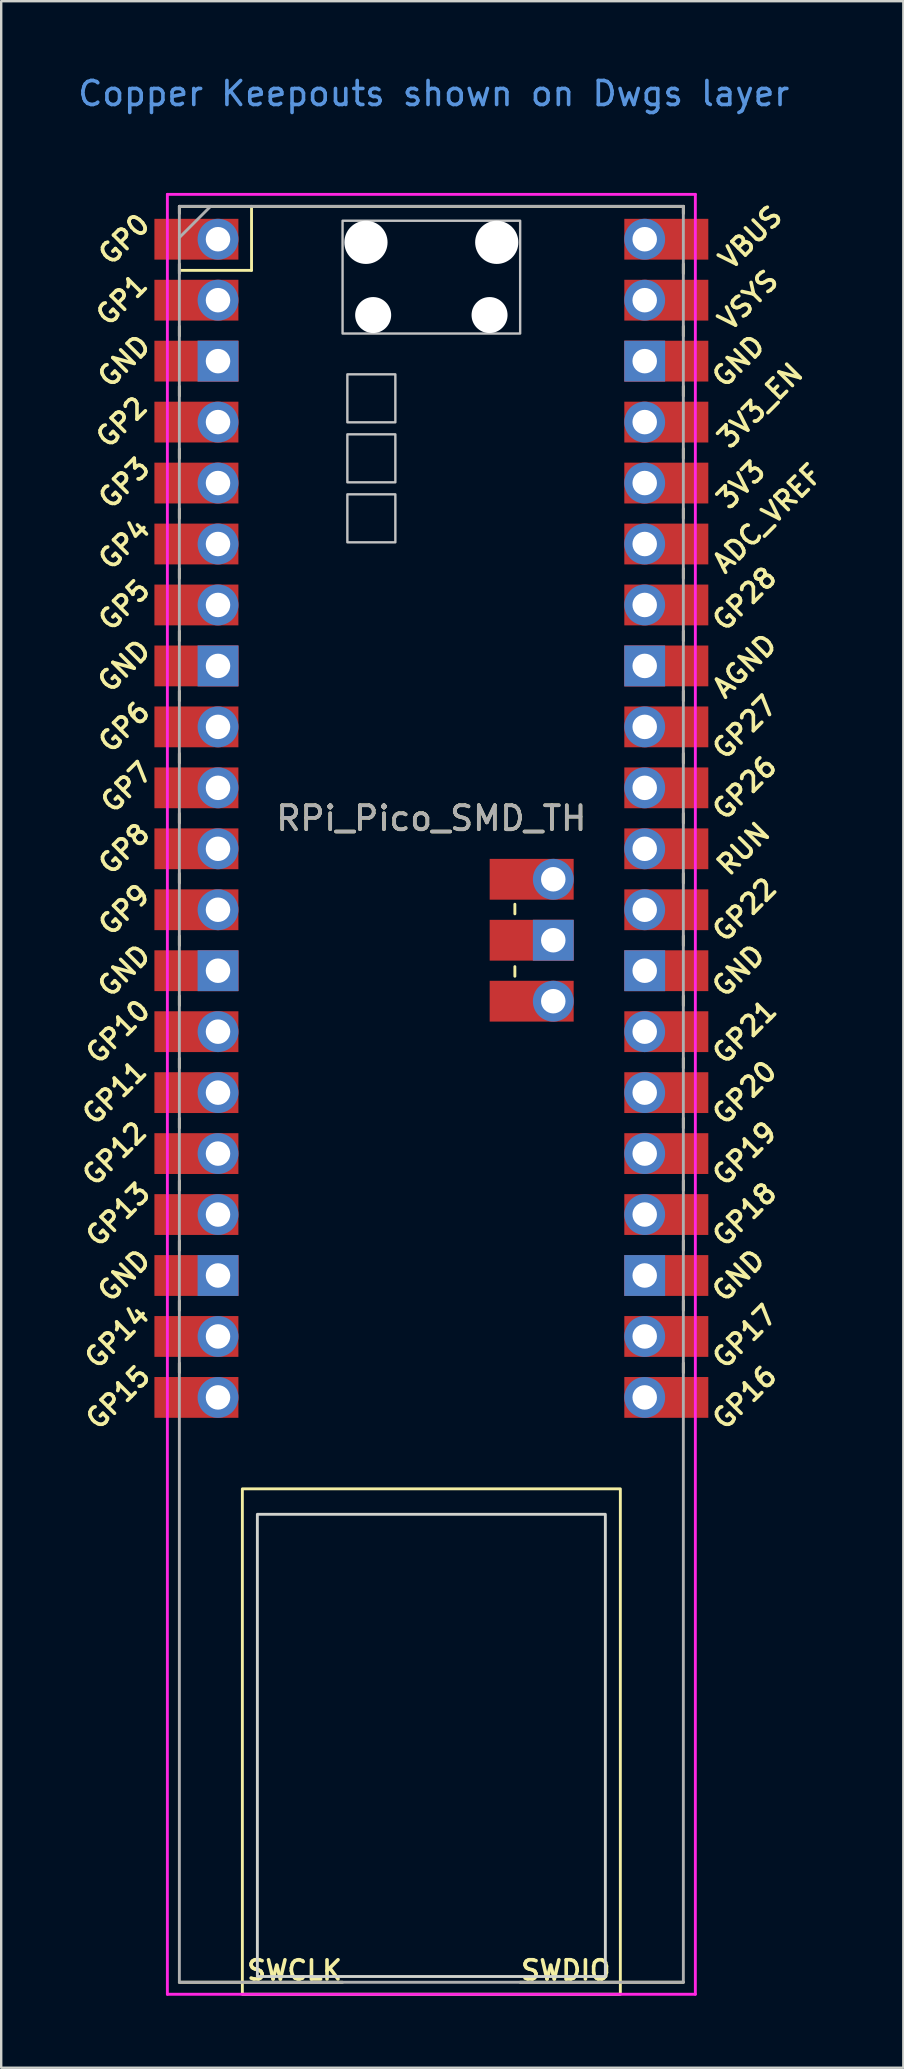
<source format=kicad_pcb>
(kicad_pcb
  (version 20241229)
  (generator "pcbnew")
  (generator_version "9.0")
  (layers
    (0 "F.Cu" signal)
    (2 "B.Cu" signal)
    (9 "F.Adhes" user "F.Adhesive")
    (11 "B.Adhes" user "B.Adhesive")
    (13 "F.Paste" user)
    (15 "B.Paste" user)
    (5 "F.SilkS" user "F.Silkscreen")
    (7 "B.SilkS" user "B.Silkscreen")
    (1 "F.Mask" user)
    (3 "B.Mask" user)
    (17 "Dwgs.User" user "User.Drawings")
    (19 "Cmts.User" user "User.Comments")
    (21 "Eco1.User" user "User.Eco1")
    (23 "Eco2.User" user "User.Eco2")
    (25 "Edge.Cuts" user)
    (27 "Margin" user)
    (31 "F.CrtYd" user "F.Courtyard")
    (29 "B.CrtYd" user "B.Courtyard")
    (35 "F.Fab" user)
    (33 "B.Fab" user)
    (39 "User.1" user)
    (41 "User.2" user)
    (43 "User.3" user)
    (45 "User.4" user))
  (footprint "RPi_Pico_SMD_TH"
    (layer "F.Cu")
    (at 14.924 31.048)
    (property "Reference" "RPi_Pico_SMD_TH" (at 0 0 0) (layer "F.SilkS") (effects (font (size 1 1) (thickness 0.15))))
    (attr through_hole)
    (fp_line (start -10.5 -25.5) (end -10.5 -25.2) (stroke (width 0.12) (type solid)) (layer "F.SilkS"))
    (fp_line (start -10.5 -25.5) (end 10.5 -25.5) (stroke (width 0.12) (type solid)) (layer "F.SilkS"))
    (fp_line (start -10.5 -23.1) (end -10.5 -22.7) (stroke (width 0.12) (type solid)) (layer "F.SilkS"))
    (fp_line (start -10.5 -22.833) (end -7.493 -22.833) (stroke (width 0.12) (type solid)) (layer "F.SilkS"))
    (fp_line (start -10.5 -20.5) (end -10.5 -20.1) (stroke (width 0.12) (type solid)) (layer "F.SilkS"))
    (fp_line (start -10.5 -18) (end -10.5 -17.6) (stroke (width 0.12) (type solid)) (layer "F.SilkS"))
    (fp_line (start -10.5 -15.4) (end -10.5 -15) (stroke (width 0.12) (type solid)) (layer "F.SilkS"))
    (fp_line (start -10.5 -12.9) (end -10.5 -12.5) (stroke (width 0.12) (type solid)) (layer "F.SilkS"))
    (fp_line (start -10.5 -10.4) (end -10.5 -10) (stroke (width 0.12) (type solid)) (layer "F.SilkS"))
    (fp_line (start -10.5 -7.8) (end -10.5 -7.4) (stroke (width 0.12) (type solid)) (layer "F.SilkS"))
    (fp_line (start -10.5 -5.3) (end -10.5 -4.9) (stroke (width 0.12) (type solid)) (layer "F.SilkS"))
    (fp_line (start -10.5 -2.7) (end -10.5 -2.3) (stroke (width 0.12) (type solid)) (layer "F.SilkS"))
    (fp_line (start -10.5 -0.2) (end -10.5 0.2) (stroke (width 0.12) (type solid)) (layer "F.SilkS"))
    (fp_line (start -10.5 2.3) (end -10.5 2.7) (stroke (width 0.12) (type solid)) (layer "F.SilkS"))
    (fp_line (start -10.5 4.9) (end -10.5 5.3) (stroke (width 0.12) (type solid)) (layer "F.SilkS"))
    (fp_line (start -10.5 7.4) (end -10.5 7.8) (stroke (width 0.12) (type solid)) (layer "F.SilkS"))
    (fp_line (start -10.5 10) (end -10.5 10.4) (stroke (width 0.12) (type solid)) (layer "F.SilkS"))
    (fp_line (start -10.5 12.5) (end -10.5 12.9) (stroke (width 0.12) (type solid)) (layer "F.SilkS"))
    (fp_line (start -10.5 15.1) (end -10.5 15.5) (stroke (width 0.12) (type solid)) (layer "F.SilkS"))
    (fp_line (start -10.5 17.6) (end -10.5 18) (stroke (width 0.12) (type solid)) (layer "F.SilkS"))
    (fp_line (start -10.5 20.1) (end -10.5 20.5) (stroke (width 0.12) (type solid)) (layer "F.SilkS"))
    (fp_line (start -10.5 22.7) (end -10.5 23.1) (stroke (width 0.12) (type solid)) (layer "F.SilkS"))
    (fp_line (start -7.493 -22.833) (end -7.493 -25.5) (stroke (width 0.12) (type solid)) (layer "F.SilkS"))
    (fp_line (start -3.7 48.5) (end -10.5 48.5) (stroke (width 0.12) (type solid)) (layer "F.SilkS"))
    (fp_line (start 3.48 3.58) (end 3.48 3.98) (stroke (width 0.12) (type solid)) (layer "F.SilkS"))
    (fp_line (start 3.48 6.18) (end 3.48 6.58) (stroke (width 0.12) (type solid)) (layer "F.SilkS"))
    (fp_line (start 10.5 -25.5) (end 10.5 -25.2) (stroke (width 0.12) (type solid)) (layer "F.SilkS"))
    (fp_line (start 10.5 -23.1) (end 10.5 -22.7) (stroke (width 0.12) (type solid)) (layer "F.SilkS"))
    (fp_line (start 10.5 -20.5) (end 10.5 -20.1) (stroke (width 0.12) (type solid)) (layer "F.SilkS"))
    (fp_line (start 10.5 -18) (end 10.5 -17.6) (stroke (width 0.12) (type solid)) (layer "F.SilkS"))
    (fp_line (start 10.5 -15.4) (end 10.5 -15) (stroke (width 0.12) (type solid)) (layer "F.SilkS"))
    (fp_line (start 10.5 -12.9) (end 10.5 -12.5) (stroke (width 0.12) (type solid)) (layer "F.SilkS"))
    (fp_line (start 10.5 -10.4) (end 10.5 -10) (stroke (width 0.12) (type solid)) (layer "F.SilkS"))
    (fp_line (start 10.5 -7.8) (end 10.5 -7.4) (stroke (width 0.12) (type solid)) (layer "F.SilkS"))
    (fp_line (start 10.5 -5.3) (end 10.5 -4.9) (stroke (width 0.12) (type solid)) (layer "F.SilkS"))
    (fp_line (start 10.5 -2.7) (end 10.5 -2.3) (stroke (width 0.12) (type solid)) (layer "F.SilkS"))
    (fp_line (start 10.5 -0.2) (end 10.5 0.2) (stroke (width 0.12) (type solid)) (layer "F.SilkS"))
    (fp_line (start 10.5 2.3) (end 10.5 2.7) (stroke (width 0.12) (type solid)) (layer "F.SilkS"))
    (fp_line (start 10.5 4.9) (end 10.5 5.3) (stroke (width 0.12) (type solid)) (layer "F.SilkS"))
    (fp_line (start 10.5 7.4) (end 10.5 7.8) (stroke (width 0.12) (type solid)) (layer "F.SilkS"))
    (fp_line (start 10.5 10) (end 10.5 10.4) (stroke (width 0.12) (type solid)) (layer "F.SilkS"))
    (fp_line (start 10.5 12.5) (end 10.5 12.9) (stroke (width 0.12) (type solid)) (layer "F.SilkS"))
    (fp_line (start 10.5 15.1) (end 10.5 15.5) (stroke (width 0.12) (type solid)) (layer "F.SilkS"))
    (fp_line (start 10.5 17.6) (end 10.5 18) (stroke (width 0.12) (type solid)) (layer "F.SilkS"))
    (fp_line (start 10.5 20.1) (end 10.5 20.5) (stroke (width 0.12) (type solid)) (layer "F.SilkS"))
    (fp_line (start 10.5 22.7) (end 10.5 23.1) (stroke (width 0.12) (type solid)) (layer "F.SilkS"))
    (fp_line (start 10.5 48.5) (end 3.7 48.5) (stroke (width 0.12) (type solid)) (layer "F.SilkS"))
    (fp_rect (start -7.875 27.94) (end 7.875 49) (stroke (width 0.12) (type solid)) (fill no) (layer "F.SilkS"))
    (fp_poly (pts (xy -1.5 -16.5) (xy -3.5 -16.5) (xy -3.5 -18.5) (xy -1.5 -18.5)) (stroke (width 0.1) (type solid)) (fill no) (layer "Dwgs.User"))
    (fp_poly (pts (xy -1.5 -14) (xy -3.5 -14) (xy -3.5 -16) (xy -1.5 -16)) (stroke (width 0.1) (type solid)) (fill no) (layer "Dwgs.User"))
    (fp_poly (pts (xy -1.5 -11.5) (xy -3.5 -11.5) (xy -3.5 -13.5) (xy -1.5 -13.5)) (stroke (width 0.1) (type solid)) (fill no) (layer "Dwgs.User"))
    (fp_poly (pts (xy 3.7 -20.2) (xy -3.7 -20.2) (xy -3.7 -24.9) (xy 3.7 -24.9)) (stroke (width 0.1) (type solid)) (fill no) (layer "Dwgs.User"))
    (fp_rect (start -7.25 29) (end 7.25 48.26) (stroke (width 0.12) (type solid)) (fill no) (layer "Edge.Cuts"))
    (fp_line (start -11 -26) (end 11 -26) (stroke (width 0.12) (type solid)) (layer "F.CrtYd"))
    (fp_line (start -11 49) (end -11 -26) (stroke (width 0.12) (type solid)) (layer "F.CrtYd"))
    (fp_line (start 11 -26) (end 11 49) (stroke (width 0.12) (type solid)) (layer "F.CrtYd"))
    (fp_line (start 11 49) (end -11 49) (stroke (width 0.12) (type solid)) (layer "F.CrtYd"))
    (fp_line (start -10.5 -25.5) (end 10.5 -25.5) (stroke (width 0.12) (type solid)) (layer "F.Fab"))
    (fp_line (start -10.5 -24.2) (end -9.2 -25.5) (stroke (width 0.12) (type solid)) (layer "F.Fab"))
    (fp_line (start -10.5 48.5) (end -10.5 -25.5) (stroke (width 0.12) (type solid)) (layer "F.Fab"))
    (fp_line (start 10.5 -25.5) (end 10.5 48.5) (stroke (width 0.12) (type solid)) (layer "F.Fab"))
    (fp_line (start 10.5 48.5) (end -10.5 48.5) (stroke (width 0.12) (type solid)) (layer "F.Fab"))
    (fp_text user "GP3" (at -12.8 -13.97 45) (layer "F.SilkS") (effects (font (size 0.8 0.8) (thickness 0.15))))
    (fp_text user "GP9" (at -12.8 3.81 45) (layer "F.SilkS") (effects (font (size 0.8 0.8) (thickness 0.15))))
    (fp_text user "GP21" (at 13.054 8.9 45) (layer "F.SilkS") (effects (font (size 0.8 0.8) (thickness 0.15))))
    (fp_text user "SWDIO" (at 5.6 48 0) (layer "F.SilkS") (effects (font (size 0.8 0.8) (thickness 0.15))))
    (fp_text user "GP10" (at -13.054 8.89 45) (layer "F.SilkS") (effects (font (size 0.8 0.8) (thickness 0.15))))
    (fp_text user "GP11" (at -13.2 11.43 45) (layer "F.SilkS") (effects (font (size 0.8 0.8) (thickness 0.15))))
    (fp_text user "GP17" (at 13.054 21.59 45) (layer "F.SilkS") (effects (font (size 0.8 0.8) (thickness 0.15))))
    (fp_text user "GP4" (at -12.8 -11.43 45) (layer "F.SilkS") (effects (font (size 0.8 0.8) (thickness 0.15))))
    (fp_text user "GP15" (at -13.054 24.13 45) (layer "F.SilkS") (effects (font (size 0.8 0.8) (thickness 0.15))))
    (fp_text user "GP12" (at -13.2 13.97 45) (layer "F.SilkS") (effects (font (size 0.8 0.8) (thickness 0.15))))
    (fp_text user "GP27" (at 13.054 -3.8 45) (layer "F.SilkS") (effects (font (size 0.8 0.8) (thickness 0.15))))
    (fp_text user "GP13" (at -13.054 16.51 45) (layer "F.SilkS") (effects (font (size 0.8 0.8) (thickness 0.15))))
    (fp_text user "3V3_EN" (at 13.7 -17.2 45) (layer "F.SilkS") (effects (font (size 0.8 0.8) (thickness 0.15))))
    (fp_text user "GP16" (at 13.054 24.13 45) (layer "F.SilkS") (effects (font (size 0.8 0.8) (thickness 0.15))))
    (fp_text user "SWCLK" (at -5.7 48 0) (layer "F.SilkS") (effects (font (size 0.8 0.8) (thickness 0.15))))
    (fp_text user "GND" (at -12.8 -19.05 45) (layer "F.SilkS") (effects (font (size 0.8 0.8) (thickness 0.15))))
    (fp_text user "GND" (at -12.8 19.05 45) (layer "F.SilkS") (effects (font (size 0.8 0.8) (thickness 0.15))))
    (fp_text user "VSYS" (at 13.2 -21.59 45) (layer "F.SilkS") (effects (font (size 0.8 0.8) (thickness 0.15))))
    (fp_text user "GP8" (at -12.8 1.27 45) (layer "F.SilkS") (effects (font (size 0.8 0.8) (thickness 0.15))))
    (fp_text user "GP5" (at -12.8 -8.89 45) (layer "F.SilkS") (effects (font (size 0.8 0.8) (thickness 0.15))))
    (fp_text user "3V3" (at 12.9 -13.9 45) (layer "F.SilkS") (effects (font (size 0.8 0.8) (thickness 0.15))))
    (fp_text user "GP26" (at 13.054 -1.27 45) (layer "F.SilkS") (effects (font (size 0.8 0.8) (thickness 0.15))))
    (fp_text user "GP20" (at 13.054 11.43 45) (layer "F.SilkS") (effects (font (size 0.8 0.8) (thickness 0.15))))
    (fp_text user "GP2" (at -12.9 -16.51 45) (layer "F.SilkS") (effects (font (size 0.8 0.8) (thickness 0.15))))
    (fp_text user "VBUS" (at 13.3 -24.2 45) (layer "F.SilkS") (effects (font (size 0.8 0.8) (thickness 0.15))))
    (fp_text user "GP0" (at -12.8 -24.13 45) (layer "F.SilkS") (effects (font (size 0.8 0.8) (thickness 0.15))))
    (fp_text user "GP18" (at 13.054 16.51 45) (layer "F.SilkS") (effects (font (size 0.8 0.8) (thickness 0.15))))
    (fp_text user "GP7" (at -12.7 -1.3 45) (layer "F.SilkS") (effects (font (size 0.8 0.8) (thickness 0.15))))
    (fp_text user "GND" (at -12.8 -6.35 45) (layer "F.SilkS") (effects (font (size 0.8 0.8) (thickness 0.15))))
    (fp_text user "AGND" (at 13.054 -6.35 45) (layer "F.SilkS") (effects (font (size 0.8 0.8) (thickness 0.15))))
    (fp_text user "GP22" (at 13.054 3.81 45) (layer "F.SilkS") (effects (font (size 0.8 0.8) (thickness 0.15))))
    (fp_text user "GND" (at 12.8 -19.05 45) (layer "F.SilkS") (effects (font (size 0.8 0.8) (thickness 0.15))))
    (fp_text user "GND" (at 12.8 6.35 45) (layer "F.SilkS") (effects (font (size 0.8 0.8) (thickness 0.15))))
    (fp_text user "RUN" (at 13 1.27 45) (layer "F.SilkS") (effects (font (size 0.8 0.8) (thickness 0.15))))
    (fp_text user "GP6" (at -12.8 -3.81 45) (layer "F.SilkS") (effects (font (size 0.8 0.8) (thickness 0.15))))
    (fp_text user "GP14" (at -13.1 21.59 45) (layer "F.SilkS") (effects (font (size 0.8 0.8) (thickness 0.15))))
    (fp_text user "GND" (at 12.8 19.05 45) (layer "F.SilkS") (effects (font (size 0.8 0.8) (thickness 0.15))))
    (fp_text user "GND" (at -12.8 6.35 45) (layer "F.SilkS") (effects (font (size 0.8 0.8) (thickness 0.15))))
    (fp_text user "GP1" (at -12.9 -21.6 45) (layer "F.SilkS") (effects (font (size 0.8 0.8) (thickness 0.15))))
    (fp_text user "GP19" (at 13.054 13.97 45) (layer "F.SilkS") (effects (font (size 0.8 0.8) (thickness 0.15))))
    (fp_text user "ADC_VREF" (at 14 -12.5 45) (layer "F.SilkS") (effects (font (size 0.8 0.8) (thickness 0.15))))
    (fp_text user "GP28" (at 13.054 -9.144 45) (layer "F.SilkS") (effects (font (size 0.8 0.8) (thickness 0.15))))
    (fp_text user "Copper Keepouts shown on Dwgs layer" (at 0.1 -30.2 0) (layer "Cmts.User") (effects (font (size 1 1) (thickness 0.15))))
    (fp_text user "${REFERENCE}" (at 0 0 180) (layer "F.Fab") (effects (font (size 1 1) (thickness 0.15))))
    (pad "" np_thru_hole oval (at -2.725 -24) (size 1.8 1.8) (drill 1.8) (layers "*.Cu" "*.Mask"))
    (pad "" np_thru_hole oval (at -2.425 -20.97) (size 1.5 1.5) (drill 1.5) (layers "*.Cu" "*.Mask"))
    (pad "" np_thru_hole oval (at 2.425 -20.97) (size 1.5 1.5) (drill 1.5) (layers "*.Cu" "*.Mask"))
    (pad "" np_thru_hole oval (at 2.725 -24) (size 1.8 1.8) (drill 1.8) (layers "*.Cu" "*.Mask"))
    (pad "1" thru_hole oval (at -8.89 -24.13) (size 1.7 1.7) (drill 1.02) (layers "*.Cu" "*.Mask"))
    (pad "1" smd rect (at -8.89 -24.13) (size 3.5 1.7) (drill (offset -0.9 0)) (layers "F.Cu" "F.Mask"))
    (pad "2" thru_hole oval (at -8.89 -21.59) (size 1.7 1.7) (drill 1.02) (layers "*.Cu" "*.Mask"))
    (pad "2" smd rect (at -8.89 -21.59) (size 3.5 1.7) (drill (offset -0.9 0)) (layers "F.Cu" "F.Mask"))
    (pad "3" thru_hole rect (at -8.89 -19.05) (size 1.7 1.7) (drill 1.02) (layers "*.Cu" "*.Mask"))
    (pad "3" smd rect (at -8.89 -19.05) (size 3.5 1.7) (drill (offset -0.9 0)) (layers "F.Cu" "F.Mask"))
    (pad "4" thru_hole oval (at -8.89 -16.51) (size 1.7 1.7) (drill 1.02) (layers "*.Cu" "*.Mask"))
    (pad "4" smd rect (at -8.89 -16.51) (size 3.5 1.7) (drill (offset -0.9 0)) (layers "F.Cu" "F.Mask"))
    (pad "5" thru_hole oval (at -8.89 -13.97) (size 1.7 1.7) (drill 1.02) (layers "*.Cu" "*.Mask"))
    (pad "5" smd rect (at -8.89 -13.97) (size 3.5 1.7) (drill (offset -0.9 0)) (layers "F.Cu" "F.Mask"))
    (pad "6" thru_hole oval (at -8.89 -11.43) (size 1.7 1.7) (drill 1.02) (layers "*.Cu" "*.Mask"))
    (pad "6" smd rect (at -8.89 -11.43) (size 3.5 1.7) (drill (offset -0.9 0)) (layers "F.Cu" "F.Mask"))
    (pad "7" thru_hole oval (at -8.89 -8.89) (size 1.7 1.7) (drill 1.02) (layers "*.Cu" "*.Mask"))
    (pad "7" smd rect (at -8.89 -8.89) (size 3.5 1.7) (drill (offset -0.9 0)) (layers "F.Cu" "F.Mask"))
    (pad "8" thru_hole rect (at -8.89 -6.35) (size 1.7 1.7) (drill 1.02) (layers "*.Cu" "*.Mask"))
    (pad "8" smd rect (at -8.89 -6.35) (size 3.5 1.7) (drill (offset -0.9 0)) (layers "F.Cu" "F.Mask"))
    (pad "9" thru_hole oval (at -8.89 -3.81) (size 1.7 1.7) (drill 1.02) (layers "*.Cu" "*.Mask"))
    (pad "9" smd rect (at -8.89 -3.81) (size 3.5 1.7) (drill (offset -0.9 0)) (layers "F.Cu" "F.Mask"))
    (pad "10" thru_hole oval (at -8.89 -1.27) (size 1.7 1.7) (drill 1.02) (layers "*.Cu" "*.Mask"))
    (pad "10" smd rect (at -8.89 -1.27) (size 3.5 1.7) (drill (offset -0.9 0)) (layers "F.Cu" "F.Mask"))
    (pad "11" thru_hole oval (at -8.89 1.27) (size 1.7 1.7) (drill 1.02) (layers "*.Cu" "*.Mask"))
    (pad "11" smd rect (at -8.89 1.27) (size 3.5 1.7) (drill (offset -0.9 0)) (layers "F.Cu" "F.Mask"))
    (pad "12" thru_hole oval (at -8.89 3.81) (size 1.7 1.7) (drill 1.02) (layers "*.Cu" "*.Mask"))
    (pad "12" smd rect (at -8.89 3.81) (size 3.5 1.7) (drill (offset -0.9 0)) (layers "F.Cu" "F.Mask"))
    (pad "13" thru_hole rect (at -8.89 6.35) (size 1.7 1.7) (drill 1.02) (layers "*.Cu" "*.Mask"))
    (pad "13" smd rect (at -8.89 6.35) (size 3.5 1.7) (drill (offset -0.9 0)) (layers "F.Cu" "F.Mask"))
    (pad "14" thru_hole oval (at -8.89 8.89) (size 1.7 1.7) (drill 1.02) (layers "*.Cu" "*.Mask"))
    (pad "14" smd rect (at -8.89 8.89) (size 3.5 1.7) (drill (offset -0.9 0)) (layers "F.Cu" "F.Mask"))
    (pad "15" thru_hole oval (at -8.89 11.43) (size 1.7 1.7) (drill 1.02) (layers "*.Cu" "*.Mask"))
    (pad "15" smd rect (at -8.89 11.43) (size 3.5 1.7) (drill (offset -0.9 0)) (layers "F.Cu" "F.Mask"))
    (pad "16" thru_hole oval (at -8.89 13.97) (size 1.7 1.7) (drill 1.02) (layers "*.Cu" "*.Mask"))
    (pad "16" smd rect (at -8.89 13.97) (size 3.5 1.7) (drill (offset -0.9 0)) (layers "F.Cu" "F.Mask"))
    (pad "17" thru_hole oval (at -8.89 16.51) (size 1.7 1.7) (drill 1.02) (layers "*.Cu" "*.Mask"))
    (pad "17" smd rect (at -8.89 16.51) (size 3.5 1.7) (drill (offset -0.9 0)) (layers "F.Cu" "F.Mask"))
    (pad "18" thru_hole rect (at -8.89 19.05) (size 1.7 1.7) (drill 1.02) (layers "*.Cu" "*.Mask"))
    (pad "18" smd rect (at -8.89 19.05) (size 3.5 1.7) (drill (offset -0.9 0)) (layers "F.Cu" "F.Mask"))
    (pad "19" thru_hole oval (at -8.89 21.59) (size 1.7 1.7) (drill 1.02) (layers "*.Cu" "*.Mask"))
    (pad "19" smd rect (at -8.89 21.59) (size 3.5 1.7) (drill (offset -0.9 0)) (layers "F.Cu" "F.Mask"))
    (pad "20" thru_hole oval (at -8.89 24.13) (size 1.7 1.7) (drill 1.02) (layers "*.Cu" "*.Mask"))
    (pad "20" smd rect (at -8.89 24.13) (size 3.5 1.7) (drill (offset -0.9 0)) (layers "F.Cu" "F.Mask"))
    (pad "21" thru_hole oval (at 8.89 24.13) (size 1.7 1.7) (drill 1.02) (layers "*.Cu" "*.Mask"))
    (pad "21" smd rect (at 8.89 24.13) (size 3.5 1.7) (drill (offset 0.9 0)) (layers "F.Cu" "F.Mask"))
    (pad "22" thru_hole oval (at 8.89 21.59) (size 1.7 1.7) (drill 1.02) (layers "*.Cu" "*.Mask"))
    (pad "22" smd rect (at 8.89 21.59) (size 3.5 1.7) (drill (offset 0.9 0)) (layers "F.Cu" "F.Mask"))
    (pad "23" thru_hole rect (at 8.89 19.05) (size 1.7 1.7) (drill 1.02) (layers "*.Cu" "*.Mask"))
    (pad "23" smd rect (at 8.89 19.05) (size 3.5 1.7) (drill (offset 0.9 0)) (layers "F.Cu" "F.Mask"))
    (pad "24" thru_hole oval (at 8.89 16.51) (size 1.7 1.7) (drill 1.02) (layers "*.Cu" "*.Mask"))
    (pad "24" smd rect (at 8.89 16.51) (size 3.5 1.7) (drill (offset 0.9 0)) (layers "F.Cu" "F.Mask"))
    (pad "25" thru_hole oval (at 8.89 13.97) (size 1.7 1.7) (drill 1.02) (layers "*.Cu" "*.Mask"))
    (pad "25" smd rect (at 8.89 13.97) (size 3.5 1.7) (drill (offset 0.9 0)) (layers "F.Cu" "F.Mask"))
    (pad "26" thru_hole oval (at 8.89 11.43) (size 1.7 1.7) (drill 1.02) (layers "*.Cu" "*.Mask"))
    (pad "26" smd rect (at 8.89 11.43) (size 3.5 1.7) (drill (offset 0.9 0)) (layers "F.Cu" "F.Mask"))
    (pad "27" thru_hole oval (at 8.89 8.89) (size 1.7 1.7) (drill 1.02) (layers "*.Cu" "*.Mask"))
    (pad "27" smd rect (at 8.89 8.89) (size 3.5 1.7) (drill (offset 0.9 0)) (layers "F.Cu" "F.Mask"))
    (pad "28" thru_hole rect (at 8.89 6.35) (size 1.7 1.7) (drill 1.02) (layers "*.Cu" "*.Mask"))
    (pad "28" smd rect (at 8.89 6.35) (size 3.5 1.7) (drill (offset 0.9 0)) (layers "F.Cu" "F.Mask"))
    (pad "29" thru_hole oval (at 8.89 3.81) (size 1.7 1.7) (drill 1.02) (layers "*.Cu" "*.Mask"))
    (pad "29" smd rect (at 8.89 3.81) (size 3.5 1.7) (drill (offset 0.9 0)) (layers "F.Cu" "F.Mask"))
    (pad "30" thru_hole oval (at 8.89 1.27) (size 1.7 1.7) (drill 1.02) (layers "*.Cu" "*.Mask"))
    (pad "30" smd rect (at 8.89 1.27) (size 3.5 1.7) (drill (offset 0.9 0)) (layers "F.Cu" "F.Mask"))
    (pad "31" thru_hole oval (at 8.89 -1.27) (size 1.7 1.7) (drill 1.02) (layers "*.Cu" "*.Mask"))
    (pad "31" smd rect (at 8.89 -1.27) (size 3.5 1.7) (drill (offset 0.9 0)) (layers "F.Cu" "F.Mask"))
    (pad "32" thru_hole oval (at 8.89 -3.81) (size 1.7 1.7) (drill 1.02) (layers "*.Cu" "*.Mask"))
    (pad "32" smd rect (at 8.89 -3.81) (size 3.5 1.7) (drill (offset 0.9 0)) (layers "F.Cu" "F.Mask"))
    (pad "33" thru_hole rect (at 8.89 -6.35) (size 1.7 1.7) (drill 1.02) (layers "*.Cu" "*.Mask"))
    (pad "33" smd rect (at 8.89 -6.35) (size 3.5 1.7) (drill (offset 0.9 0)) (layers "F.Cu" "F.Mask"))
    (pad "34" thru_hole oval (at 8.89 -8.89) (size 1.7 1.7) (drill 1.02) (layers "*.Cu" "*.Mask"))
    (pad "34" smd rect (at 8.89 -8.89) (size 3.5 1.7) (drill (offset 0.9 0)) (layers "F.Cu" "F.Mask"))
    (pad "35" thru_hole oval (at 8.89 -11.43) (size 1.7 1.7) (drill 1.02) (layers "*.Cu" "*.Mask"))
    (pad "35" smd rect (at 8.89 -11.43) (size 3.5 1.7) (drill (offset 0.9 0)) (layers "F.Cu" "F.Mask"))
    (pad "36" thru_hole oval (at 8.89 -13.97) (size 1.7 1.7) (drill 1.02) (layers "*.Cu" "*.Mask"))
    (pad "36" smd rect (at 8.89 -13.97) (size 3.5 1.7) (drill (offset 0.9 0)) (layers "F.Cu" "F.Mask"))
    (pad "37" thru_hole oval (at 8.89 -16.51) (size 1.7 1.7) (drill 1.02) (layers "*.Cu" "*.Mask"))
    (pad "37" smd rect (at 8.89 -16.51) (size 3.5 1.7) (drill (offset 0.9 0)) (layers "F.Cu" "F.Mask"))
    (pad "38" thru_hole rect (at 8.89 -19.05) (size 1.7 1.7) (drill 1.02) (layers "*.Cu" "*.Mask"))
    (pad "38" smd rect (at 8.89 -19.05) (size 3.5 1.7) (drill (offset 0.9 0)) (layers "F.Cu" "F.Mask"))
    (pad "39" thru_hole oval (at 8.89 -21.59) (size 1.7 1.7) (drill 1.02) (layers "*.Cu" "*.Mask"))
    (pad "39" smd rect (at 8.89 -21.59) (size 3.5 1.7) (drill (offset 0.9 0)) (layers "F.Cu" "F.Mask"))
    (pad "40" thru_hole oval (at 8.89 -24.13) (size 1.7 1.7) (drill 1.02) (layers "*.Cu" "*.Mask"))
    (pad "40" smd rect (at 8.89 -24.13) (size 3.5 1.7) (drill (offset 0.9 0)) (layers "F.Cu" "F.Mask"))
    (pad "41" thru_hole oval (at 5.08 2.54 270) (size 1.7 1.7) (drill 1.02) (layers "*.Cu" "*.Mask"))
    (pad "41" smd rect (at 5.08 2.54) (size 3.5 1.7) (drill (offset -0.9 0)) (layers "F.Cu" "F.Mask"))
    (pad "42" thru_hole rect (at 5.08 5.08 270) (size 1.7 1.7) (drill 1.02) (layers "*.Cu" "*.Mask"))
    (pad "42" smd rect (at 5.08 5.08) (size 3.5 1.7) (drill (offset -0.9 0)) (layers "F.Cu" "F.Mask"))
    (pad "43" thru_hole oval (at 5.08 7.62 270) (size 1.7 1.7) (drill 1.02) (layers "*.Cu" "*.Mask"))
    (pad "43" smd rect (at 5.08 7.62) (size 3.5 1.7) (drill (offset -0.9 0)) (layers "F.Cu" "F.Mask")))
  (gr_rect
    (start -3 -3)
    (end 34.591 83.108)
    (stroke (width 0.1) (type default))
    (fill no)
    (layer "Edge.Cuts")))
</source>
